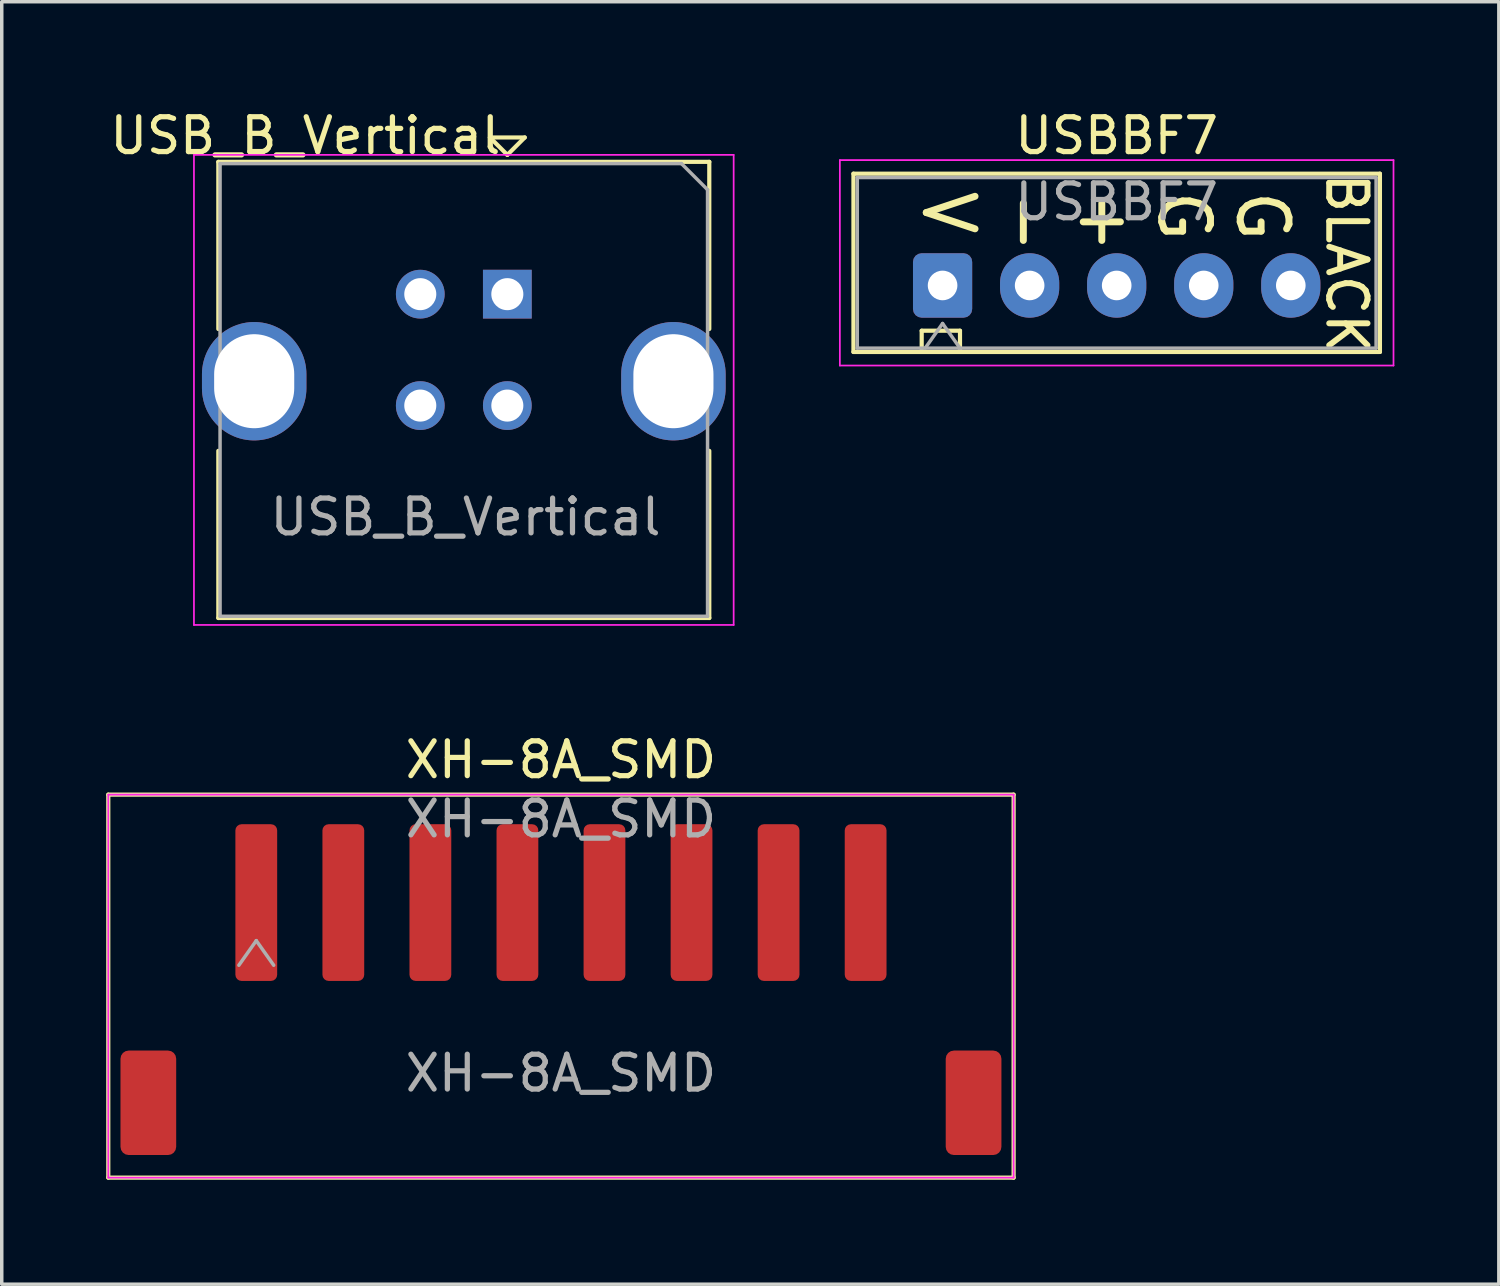
<source format=kicad_pcb>
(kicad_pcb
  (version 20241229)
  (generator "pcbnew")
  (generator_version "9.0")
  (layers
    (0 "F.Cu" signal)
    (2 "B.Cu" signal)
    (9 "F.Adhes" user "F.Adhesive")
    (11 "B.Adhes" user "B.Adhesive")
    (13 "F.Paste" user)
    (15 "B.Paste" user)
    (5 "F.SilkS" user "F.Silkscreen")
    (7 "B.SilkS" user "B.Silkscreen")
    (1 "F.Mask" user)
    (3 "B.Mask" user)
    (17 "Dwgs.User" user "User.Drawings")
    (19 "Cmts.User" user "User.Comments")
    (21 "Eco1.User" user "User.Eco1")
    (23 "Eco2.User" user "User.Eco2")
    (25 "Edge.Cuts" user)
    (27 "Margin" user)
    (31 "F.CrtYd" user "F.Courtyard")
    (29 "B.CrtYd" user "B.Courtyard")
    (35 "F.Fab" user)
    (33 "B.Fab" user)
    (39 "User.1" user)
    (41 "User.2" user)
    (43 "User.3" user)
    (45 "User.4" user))
  (footprint "USB_B_Vertical"
    (layer "F.Cu")
    (at 11.52 5.398)
    (property "Reference" "USB_B_Vertical" (at -5.8 -4.55 0) (layer "F.SilkS") (effects (font (size 1 1) (thickness 0.15))))
    (attr through_hole)
    (fp_line (start -8.3 -3.8) (end 5.8 -3.8) (stroke (width 0.12) (type solid)) (layer "F.SilkS"))
    (fp_line (start -8.3 1) (end -8.3 -3.8) (stroke (width 0.12) (type solid)) (layer "F.SilkS"))
    (fp_line (start -8.3 9.3) (end -8.3 4.5) (stroke (width 0.12) (type solid)) (layer "F.SilkS"))
    (fp_line (start -0.5 -4.5) (end 0 -4) (stroke (width 0.12) (type solid)) (layer "F.SilkS"))
    (fp_line (start 0 -4) (end 0.5 -4.5) (stroke (width 0.12) (type solid)) (layer "F.SilkS"))
    (fp_line (start 0.5 -4.5) (end -0.5 -4.5) (stroke (width 0.12) (type solid)) (layer "F.SilkS"))
    (fp_line (start 5.8 -3.8) (end 5.8 1) (stroke (width 0.12) (type solid)) (layer "F.SilkS"))
    (fp_line (start 5.8 4.5) (end 5.8 9.3) (stroke (width 0.12) (type solid)) (layer "F.SilkS"))
    (fp_line (start 5.8 9.3) (end -8.3 9.3) (stroke (width 0.12) (type solid)) (layer "F.SilkS"))
    (fp_line (start -9 -4) (end -9 9.5) (stroke (width 0.05) (type solid)) (layer "F.CrtYd"))
    (fp_line (start -9 -4) (end 6.5 -4) (stroke (width 0.05) (type solid)) (layer "F.CrtYd"))
    (fp_line (start 6.5 9.5) (end -9 9.5) (stroke (width 0.05) (type solid)) (layer "F.CrtYd"))
    (fp_line (start 6.5 9.5) (end 6.5 -4) (stroke (width 0.05) (type solid)) (layer "F.CrtYd"))
    (fp_line (start -8.25 -3.75) (end 5 -3.75) (stroke (width 0.1) (type solid)) (layer "F.Fab"))
    (fp_line (start -8.25 9.25) (end -8.25 -3.75) (stroke (width 0.1) (type solid)) (layer "F.Fab"))
    (fp_line (start 5 -3.75) (end 5.75 -3) (stroke (width 0.1) (type solid)) (layer "F.Fab"))
    (fp_line (start 5.75 -3) (end 5.75 9.25) (stroke (width 0.1) (type solid)) (layer "F.Fab"))
    (fp_line (start 5.75 9.25) (end -8.25 9.25) (stroke (width 0.1) (type solid)) (layer "F.Fab"))
    (fp_text user "${REFERENCE}" (at -1.2 6.4 0) (layer "F.Fab") (effects (font (size 1 1) (thickness 0.15))))
    (pad "1" thru_hole rect (at 0 0) (size 1.4 1.4) (drill 0.92) (layers "*.Cu" "*.Mask"))
    (pad "2" thru_hole circle (at -2.5 0) (size 1.4 1.4) (drill 0.92) (layers "*.Cu" "*.Mask"))
    (pad "3" thru_hole circle (at -2.5 3.2) (size 1.4 1.4) (drill 0.92) (layers "*.Cu" "*.Mask"))
    (pad "4" thru_hole circle (at 0 3.2) (size 1.4 1.4) (drill 0.92) (layers "*.Cu" "*.Mask"))
    (pad "5" thru_hole oval (at -7.27 2.5) (size 3 3.4) (drill oval 2.3 2.7) (layers "*.Cu" "*.Mask"))
    (pad "5" thru_hole oval (at 4.77 2.5) (size 3 3.4) (drill oval 2.3 2.7) (layers "*.Cu" "*.Mask")))
  (footprint "USBBF7"
    (layer "F.Cu")
    (at 24.02 5.148)
    (property "Reference" "USBBF7" (at 5 -4.3 0) (layer "F.SilkS") (effects (font (size 1 1) (thickness 0.15))))
    (attr through_hole)
    (fp_line (start -2.56 -3.21) (end -2.56 1.91) (stroke (width 0.12) (type solid)) (layer "F.SilkS"))
    (fp_line (start -2.56 1.91) (end 12.56 1.91) (stroke (width 0.12) (type solid)) (layer "F.SilkS"))
    (fp_line (start -0.6 1.3) (end 0.5 1.3) (stroke (width 0.12) (type default)) (layer "F.SilkS"))
    (fp_line (start -0.6 1.9) (end -0.6 1.3) (stroke (width 0.12) (type default)) (layer "F.SilkS"))
    (fp_line (start 0.5 1.3) (end 0.5 1.9) (stroke (width 0.12) (type default)) (layer "F.SilkS"))
    (fp_line (start 12.56 -3.21) (end -2.56 -3.21) (stroke (width 0.12) (type solid)) (layer "F.SilkS"))
    (fp_line (start 12.56 1.91) (end 12.56 -3.21) (stroke (width 0.12) (type solid)) (layer "F.SilkS"))
    (fp_line (start -2.95 -3.6) (end -2.95 2.3) (stroke (width 0.05) (type solid)) (layer "F.CrtYd"))
    (fp_line (start -2.95 2.3) (end 12.95 2.3) (stroke (width 0.05) (type solid)) (layer "F.CrtYd"))
    (fp_line (start 12.95 -3.6) (end -2.95 -3.6) (stroke (width 0.05) (type solid)) (layer "F.CrtYd"))
    (fp_line (start 12.95 2.3) (end 12.95 -3.6) (stroke (width 0.05) (type solid)) (layer "F.CrtYd"))
    (fp_line (start -2.45 -3.1) (end -2.45 1.8) (stroke (width 0.1) (type solid)) (layer "F.Fab"))
    (fp_line (start -2.45 1.8) (end 12.45 1.8) (stroke (width 0.1) (type solid)) (layer "F.Fab"))
    (fp_line (start -0.5 1.8) (end 0 1.093) (stroke (width 0.1) (type solid)) (layer "F.Fab"))
    (fp_line (start 0 1.093) (end 0.5 1.8) (stroke (width 0.1) (type solid)) (layer "F.Fab"))
    (fp_line (start 12.45 -3.1) (end -2.45 -3.1) (stroke (width 0.1) (type solid)) (layer "F.Fab"))
    (fp_line (start 12.45 1.8) (end 12.45 -3.1) (stroke (width 0.1) (type solid)) (layer "F.Fab"))
    (fp_text user "G\nG\n+\n-\nV" (at -0.65 -2.825 270) (unlocked yes) (layer "F.SilkS") (effects (font (size 1.4 1.4) (thickness 0.2)) (justify left bottom)))
    (fp_text user "BLACK" (at 10.96 -3.32 270) (unlocked yes) (layer "F.SilkS") (effects (font (size 1.1 1.1) (thickness 0.17) (bold yes)) (justify left bottom)))
    (fp_text user "${REFERENCE}" (at 5 -2.4 0) (layer "F.Fab") (effects (font (size 1 1) (thickness 0.15))))
    (pad "1" thru_hole roundrect (at 0 0) (size 1.7 1.85) (drill 0.85) (layers "*.Cu" "*.Mask") (roundrect_rratio 0.147))
    (pad "2" thru_hole oval (at 2.5 0) (size 1.7 1.85) (drill 0.85) (layers "*.Cu" "*.Mask"))
    (pad "3" thru_hole oval (at 5 0) (size 1.7 1.85) (drill 0.85) (layers "*.Cu" "*.Mask"))
    (pad "4" thru_hole oval (at 7.5 0) (size 1.7 1.85) (drill 0.85) (layers "*.Cu" "*.Mask"))
    (pad "5" thru_hole oval (at 10 0) (size 1.7 1.85) (drill 0.85) (layers "*.Cu" "*.Mask")))
  (footprint "XH-8A_SMD"
    (layer "F.Cu")
    (at 13.06 21.771)
    (property "Reference" "XH-8A_SMD" (at 0 -3 0) (unlocked yes) (layer "F.SilkS") (effects (font (size 1 1) (thickness 0.15))))
    (fp_line (start -13 -2) (end -13 9) (stroke (width 0.12) (type solid)) (layer "F.SilkS"))
    (fp_line (start -13 9) (end 13 9) (stroke (width 0.12) (type solid)) (layer "F.SilkS"))
    (fp_line (start 13 -2) (end -13 -2) (stroke (width 0.12) (type solid)) (layer "F.SilkS"))
    (fp_line (start 13 9) (end 13 -2) (stroke (width 0.12) (type solid)) (layer "F.SilkS"))
    (fp_line (start -13 -2) (end -13 9) (stroke (width 0.05) (type solid)) (layer "F.CrtYd"))
    (fp_line (start -13 9) (end 13 9) (stroke (width 0.05) (type solid)) (layer "F.CrtYd"))
    (fp_line (start 13 -2) (end -13 -2) (stroke (width 0.05) (type solid)) (layer "F.CrtYd"))
    (fp_line (start 13 9) (end 13 -2) (stroke (width 0.05) (type solid)) (layer "F.CrtYd"))
    (fp_line (start -9.25 2.9) (end -8.75 2.193) (stroke (width 0.1) (type solid)) (layer "F.Fab"))
    (fp_line (start -8.75 2.193) (end -8.25 2.9) (stroke (width 0.1) (type solid)) (layer "F.Fab"))
    (fp_text user "${REFERENCE}" (at 0 6 0) (unlocked yes) (layer "F.Fab") (effects (font (size 1 1) (thickness 0.15))))
    (fp_text user "${REFERENCE}" (at 0 -1.3 0) (layer "F.Fab") (effects (font (size 1 1) (thickness 0.15))))
    (pad "0" smd roundrect (at -11.85 6.85) (size 1.6 3) (layers "F.Cu" "F.Mask" "F.Paste") (roundrect_rratio 0.147))
    (pad "0" smd roundrect (at 11.85 6.85) (size 1.6 3) (layers "F.Cu" "F.Mask" "F.Paste") (roundrect_rratio 0.147))
    (pad "1" smd roundrect (at -8.75 1.1) (size 1.2 4.5) (layers "F.Cu" "F.Mask" "F.Paste") (roundrect_rratio 0.147))
    (pad "2" smd roundrect (at -6.25 1.1) (size 1.2 4.5) (layers "F.Cu" "F.Mask" "F.Paste") (roundrect_rratio 0.147))
    (pad "3" smd roundrect (at -3.75 1.1) (size 1.2 4.5) (layers "F.Cu" "F.Mask" "F.Paste") (roundrect_rratio 0.147))
    (pad "4" smd roundrect (at -1.25 1.1) (size 1.2 4.5) (layers "F.Cu" "F.Mask" "F.Paste") (roundrect_rratio 0.147))
    (pad "5" smd roundrect (at 1.25 1.1) (size 1.2 4.5) (layers "F.Cu" "F.Mask" "F.Paste") (roundrect_rratio 0.147))
    (pad "6" smd roundrect (at 3.75 1.1) (size 1.2 4.5) (layers "F.Cu" "F.Mask" "F.Paste") (roundrect_rratio 0.147))
    (pad "7" smd roundrect (at 6.25 1.1) (size 1.2 4.5) (layers "F.Cu" "F.Mask" "F.Paste") (roundrect_rratio 0.147))
    (pad "8" smd roundrect (at 8.75 1.1) (size 1.2 4.5) (layers "F.Cu" "F.Mask" "F.Paste") (roundrect_rratio 0.147)))
  (gr_rect
    (start -3 -3)
    (end 39.995 33.831)
    (stroke (width 0.1) (type default))
    (fill no)
    (layer "Edge.Cuts")))
</source>
